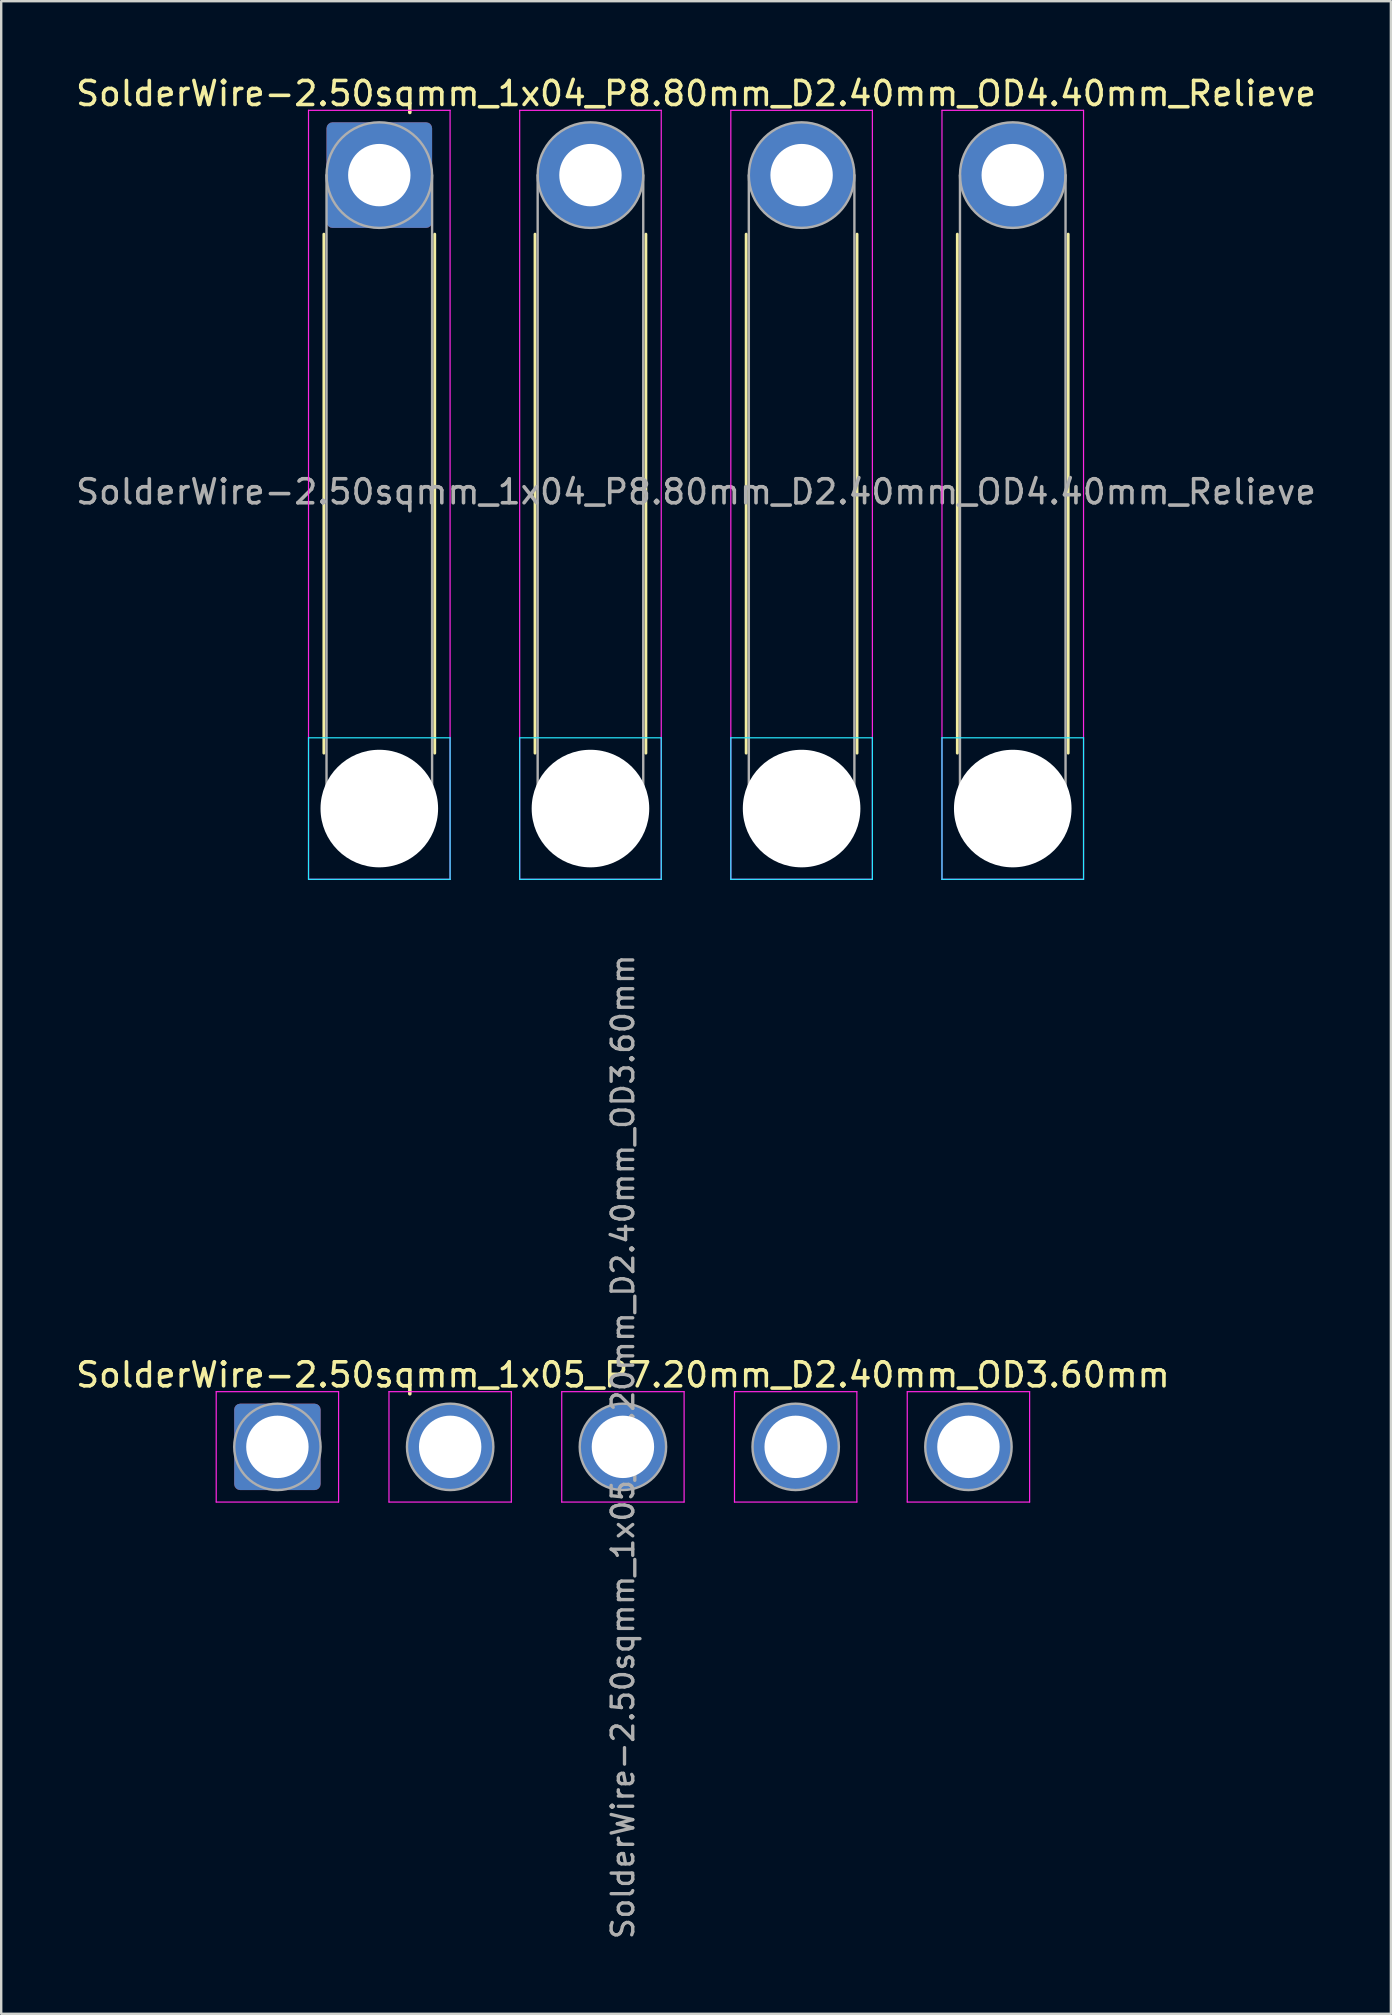
<source format=kicad_pcb>
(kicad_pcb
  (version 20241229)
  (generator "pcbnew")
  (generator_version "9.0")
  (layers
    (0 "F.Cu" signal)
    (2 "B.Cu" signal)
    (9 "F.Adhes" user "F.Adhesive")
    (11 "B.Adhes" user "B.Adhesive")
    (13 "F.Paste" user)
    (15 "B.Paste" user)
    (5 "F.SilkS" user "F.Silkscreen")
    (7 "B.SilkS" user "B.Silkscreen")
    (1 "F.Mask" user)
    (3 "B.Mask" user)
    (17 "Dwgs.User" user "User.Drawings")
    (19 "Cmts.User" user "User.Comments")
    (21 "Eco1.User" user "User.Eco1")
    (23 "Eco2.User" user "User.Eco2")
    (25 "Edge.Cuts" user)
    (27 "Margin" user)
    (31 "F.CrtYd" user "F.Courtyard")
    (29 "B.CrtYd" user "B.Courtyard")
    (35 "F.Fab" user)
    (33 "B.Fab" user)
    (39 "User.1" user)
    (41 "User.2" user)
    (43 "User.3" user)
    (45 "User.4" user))
  (footprint "SolderWire-2.50sqmm_1x04_P8.80mm_D2.40mm_OD4.40mm_Relieve"
    (layer "F.Cu")
    (at 12.758 4.248)
    (property "Reference" "SolderWire-2.50sqmm_1x04_P8.80mm_D2.40mm_OD4.40mm_Relieve" (at 13.2 -3.4 0) (layer "F.SilkS") (effects (font (size 1 1) (thickness 0.15))))
    (attr exclude_from_pos_files exclude_from_bom)
    (fp_line (start -2.31 2.46) (end -2.31 24.09) (stroke (width 0.12) (type solid)) (layer "F.SilkS"))
    (fp_line (start 2.31 2.46) (end 2.31 24.09) (stroke (width 0.12) (type solid)) (layer "F.SilkS"))
    (fp_line (start 6.49 2.46) (end 6.49 24.09) (stroke (width 0.12) (type solid)) (layer "F.SilkS"))
    (fp_line (start 11.11 2.46) (end 11.11 24.09) (stroke (width 0.12) (type solid)) (layer "F.SilkS"))
    (fp_line (start 15.29 2.46) (end 15.29 24.09) (stroke (width 0.12) (type solid)) (layer "F.SilkS"))
    (fp_line (start 19.91 2.46) (end 19.91 24.09) (stroke (width 0.12) (type solid)) (layer "F.SilkS"))
    (fp_line (start 24.09 2.46) (end 24.09 24.09) (stroke (width 0.12) (type solid)) (layer "F.SilkS"))
    (fp_line (start 28.71 2.46) (end 28.71 24.09) (stroke (width 0.12) (type solid)) (layer "F.SilkS"))
    (fp_line (start -2.95 23.45) (end -2.95 29.35) (stroke (width 0.05) (type solid)) (layer "B.CrtYd"))
    (fp_line (start -2.95 29.35) (end 2.95 29.35) (stroke (width 0.05) (type solid)) (layer "B.CrtYd"))
    (fp_line (start 2.95 23.45) (end -2.95 23.45) (stroke (width 0.05) (type solid)) (layer "B.CrtYd"))
    (fp_line (start 2.95 29.35) (end 2.95 23.45) (stroke (width 0.05) (type solid)) (layer "B.CrtYd"))
    (fp_line (start 5.85 23.45) (end 5.85 29.35) (stroke (width 0.05) (type solid)) (layer "B.CrtYd"))
    (fp_line (start 5.85 29.35) (end 11.75 29.35) (stroke (width 0.05) (type solid)) (layer "B.CrtYd"))
    (fp_line (start 11.75 23.45) (end 5.85 23.45) (stroke (width 0.05) (type solid)) (layer "B.CrtYd"))
    (fp_line (start 11.75 29.35) (end 11.75 23.45) (stroke (width 0.05) (type solid)) (layer "B.CrtYd"))
    (fp_line (start 14.65 23.45) (end 14.65 29.35) (stroke (width 0.05) (type solid)) (layer "B.CrtYd"))
    (fp_line (start 14.65 29.35) (end 20.55 29.35) (stroke (width 0.05) (type solid)) (layer "B.CrtYd"))
    (fp_line (start 20.55 23.45) (end 14.65 23.45) (stroke (width 0.05) (type solid)) (layer "B.CrtYd"))
    (fp_line (start 20.55 29.35) (end 20.55 23.45) (stroke (width 0.05) (type solid)) (layer "B.CrtYd"))
    (fp_line (start 23.45 23.45) (end 23.45 29.35) (stroke (width 0.05) (type solid)) (layer "B.CrtYd"))
    (fp_line (start 23.45 29.35) (end 29.35 29.35) (stroke (width 0.05) (type solid)) (layer "B.CrtYd"))
    (fp_line (start 29.35 23.45) (end 23.45 23.45) (stroke (width 0.05) (type solid)) (layer "B.CrtYd"))
    (fp_line (start 29.35 29.35) (end 29.35 23.45) (stroke (width 0.05) (type solid)) (layer "B.CrtYd"))
    (fp_line (start -2.95 -2.7) (end -2.95 29.35) (stroke (width 0.05) (type solid)) (layer "F.CrtYd"))
    (fp_line (start -2.95 29.35) (end 2.95 29.35) (stroke (width 0.05) (type solid)) (layer "F.CrtYd"))
    (fp_line (start 2.95 -2.7) (end -2.95 -2.7) (stroke (width 0.05) (type solid)) (layer "F.CrtYd"))
    (fp_line (start 2.95 29.35) (end 2.95 -2.7) (stroke (width 0.05) (type solid)) (layer "F.CrtYd"))
    (fp_line (start 5.85 -2.7) (end 5.85 29.35) (stroke (width 0.05) (type solid)) (layer "F.CrtYd"))
    (fp_line (start 5.85 29.35) (end 11.75 29.35) (stroke (width 0.05) (type solid)) (layer "F.CrtYd"))
    (fp_line (start 11.75 -2.7) (end 5.85 -2.7) (stroke (width 0.05) (type solid)) (layer "F.CrtYd"))
    (fp_line (start 11.75 29.35) (end 11.75 -2.7) (stroke (width 0.05) (type solid)) (layer "F.CrtYd"))
    (fp_line (start 14.65 -2.7) (end 14.65 29.35) (stroke (width 0.05) (type solid)) (layer "F.CrtYd"))
    (fp_line (start 14.65 29.35) (end 20.55 29.35) (stroke (width 0.05) (type solid)) (layer "F.CrtYd"))
    (fp_line (start 20.55 -2.7) (end 14.65 -2.7) (stroke (width 0.05) (type solid)) (layer "F.CrtYd"))
    (fp_line (start 20.55 29.35) (end 20.55 -2.7) (stroke (width 0.05) (type solid)) (layer "F.CrtYd"))
    (fp_line (start 23.45 -2.7) (end 23.45 29.35) (stroke (width 0.05) (type solid)) (layer "F.CrtYd"))
    (fp_line (start 23.45 29.35) (end 29.35 29.35) (stroke (width 0.05) (type solid)) (layer "F.CrtYd"))
    (fp_line (start 29.35 -2.7) (end 23.45 -2.7) (stroke (width 0.05) (type solid)) (layer "F.CrtYd"))
    (fp_line (start 29.35 29.35) (end 29.35 -2.7) (stroke (width 0.05) (type solid)) (layer "F.CrtYd"))
    (fp_line (start -2.2 0) (end -2.2 26.4) (stroke (width 0.1) (type solid)) (layer "F.Fab"))
    (fp_line (start 2.2 0) (end 2.2 26.4) (stroke (width 0.1) (type solid)) (layer "F.Fab"))
    (fp_line (start 6.6 0) (end 6.6 26.4) (stroke (width 0.1) (type solid)) (layer "F.Fab"))
    (fp_line (start 11 0) (end 11 26.4) (stroke (width 0.1) (type solid)) (layer "F.Fab"))
    (fp_line (start 15.4 0) (end 15.4 26.4) (stroke (width 0.1) (type solid)) (layer "F.Fab"))
    (fp_line (start 19.8 0) (end 19.8 26.4) (stroke (width 0.1) (type solid)) (layer "F.Fab"))
    (fp_line (start 24.2 0) (end 24.2 26.4) (stroke (width 0.1) (type solid)) (layer "F.Fab"))
    (fp_line (start 28.6 0) (end 28.6 26.4) (stroke (width 0.1) (type solid)) (layer "F.Fab"))
    (fp_circle (center 0 0) (end 2.2 0) (stroke (width 0.1) (type solid)) (fill no) (layer "F.Fab"))
    (fp_circle (center 0 26.4) (end 2.2 26.4) (stroke (width 0.1) (type solid)) (fill no) (layer "F.Fab"))
    (fp_circle (center 8.8 0) (end 11 0) (stroke (width 0.1) (type solid)) (fill no) (layer "F.Fab"))
    (fp_circle (center 8.8 26.4) (end 11 26.4) (stroke (width 0.1) (type solid)) (fill no) (layer "F.Fab"))
    (fp_circle (center 17.6 0) (end 19.8 0) (stroke (width 0.1) (type solid)) (fill no) (layer "F.Fab"))
    (fp_circle (center 17.6 26.4) (end 19.8 26.4) (stroke (width 0.1) (type solid)) (fill no) (layer "F.Fab"))
    (fp_circle (center 26.4 0) (end 28.6 0) (stroke (width 0.1) (type solid)) (fill no) (layer "F.Fab"))
    (fp_circle (center 26.4 26.4) (end 28.6 26.4) (stroke (width 0.1) (type solid)) (fill no) (layer "F.Fab"))
    (fp_text user "${REFERENCE}" (at 13.2 13.2 0) (layer "F.Fab") (effects (font (size 1 1) (thickness 0.15))))
    (pad "" np_thru_hole circle (at 0 26.4) (size 4.9 4.9) (drill 4.9) (layers "*.Cu" "*.Mask"))
    (pad "" np_thru_hole circle (at 8.8 26.4) (size 4.9 4.9) (drill 4.9) (layers "*.Cu" "*.Mask"))
    (pad "" np_thru_hole circle (at 17.6 26.4) (size 4.9 4.9) (drill 4.9) (layers "*.Cu" "*.Mask"))
    (pad "" np_thru_hole circle (at 26.4 26.4) (size 4.9 4.9) (drill 4.9) (layers "*.Cu" "*.Mask"))
    (pad "1" thru_hole roundrect (at 0 0) (size 4.4 4.4) (drill 2.6) (layers "*.Cu" "*.Mask") (roundrect_rratio 0.057))
    (pad "2" thru_hole circle (at 8.8 0) (size 4.4 4.4) (drill 2.6) (layers "*.Cu" "*.Mask"))
    (pad "3" thru_hole circle (at 17.6 0) (size 4.4 4.4) (drill 2.6) (layers "*.Cu" "*.Mask"))
    (pad "4" thru_hole circle (at 26.4 0) (size 4.4 4.4) (drill 2.6) (layers "*.Cu" "*.Mask")))
  (footprint "SolderWire-2.50sqmm_1x05_P7.20mm_D2.40mm_OD3.60mm"
    (layer "F.Cu")
    (at 8.511 57.25)
    (property "Reference" "SolderWire-2.50sqmm_1x05_P7.20mm_D2.40mm_OD3.60mm" (at 14.4 -3 0) (layer "F.SilkS") (effects (font (size 1 1) (thickness 0.15))))
    (attr exclude_from_pos_files exclude_from_bom)
    (fp_line (start -2.55 -2.3) (end -2.55 2.3) (stroke (width 0.05) (type solid)) (layer "F.CrtYd"))
    (fp_line (start -2.55 2.3) (end 2.55 2.3) (stroke (width 0.05) (type solid)) (layer "F.CrtYd"))
    (fp_line (start 2.55 -2.3) (end -2.55 -2.3) (stroke (width 0.05) (type solid)) (layer "F.CrtYd"))
    (fp_line (start 2.55 2.3) (end 2.55 -2.3) (stroke (width 0.05) (type solid)) (layer "F.CrtYd"))
    (fp_line (start 4.65 -2.3) (end 4.65 2.3) (stroke (width 0.05) (type solid)) (layer "F.CrtYd"))
    (fp_line (start 4.65 2.3) (end 9.75 2.3) (stroke (width 0.05) (type solid)) (layer "F.CrtYd"))
    (fp_line (start 9.75 -2.3) (end 4.65 -2.3) (stroke (width 0.05) (type solid)) (layer "F.CrtYd"))
    (fp_line (start 9.75 2.3) (end 9.75 -2.3) (stroke (width 0.05) (type solid)) (layer "F.CrtYd"))
    (fp_line (start 11.85 -2.3) (end 11.85 2.3) (stroke (width 0.05) (type solid)) (layer "F.CrtYd"))
    (fp_line (start 11.85 2.3) (end 16.95 2.3) (stroke (width 0.05) (type solid)) (layer "F.CrtYd"))
    (fp_line (start 16.95 -2.3) (end 11.85 -2.3) (stroke (width 0.05) (type solid)) (layer "F.CrtYd"))
    (fp_line (start 16.95 2.3) (end 16.95 -2.3) (stroke (width 0.05) (type solid)) (layer "F.CrtYd"))
    (fp_line (start 19.05 -2.3) (end 19.05 2.3) (stroke (width 0.05) (type solid)) (layer "F.CrtYd"))
    (fp_line (start 19.05 2.3) (end 24.15 2.3) (stroke (width 0.05) (type solid)) (layer "F.CrtYd"))
    (fp_line (start 24.15 -2.3) (end 19.05 -2.3) (stroke (width 0.05) (type solid)) (layer "F.CrtYd"))
    (fp_line (start 24.15 2.3) (end 24.15 -2.3) (stroke (width 0.05) (type solid)) (layer "F.CrtYd"))
    (fp_line (start 26.25 -2.3) (end 26.25 2.3) (stroke (width 0.05) (type solid)) (layer "F.CrtYd"))
    (fp_line (start 26.25 2.3) (end 31.35 2.3) (stroke (width 0.05) (type solid)) (layer "F.CrtYd"))
    (fp_line (start 31.35 -2.3) (end 26.25 -2.3) (stroke (width 0.05) (type solid)) (layer "F.CrtYd"))
    (fp_line (start 31.35 2.3) (end 31.35 -2.3) (stroke (width 0.05) (type solid)) (layer "F.CrtYd"))
    (fp_circle (center 0 0) (end 1.8 0) (stroke (width 0.1) (type solid)) (fill no) (layer "F.Fab"))
    (fp_circle (center 7.2 0) (end 9 0) (stroke (width 0.1) (type solid)) (fill no) (layer "F.Fab"))
    (fp_circle (center 14.4 0) (end 16.2 0) (stroke (width 0.1) (type solid)) (fill no) (layer "F.Fab"))
    (fp_circle (center 21.6 0) (end 23.4 0) (stroke (width 0.1) (type solid)) (fill no) (layer "F.Fab"))
    (fp_circle (center 28.8 0) (end 30.6 0) (stroke (width 0.1) (type solid)) (fill no) (layer "F.Fab"))
    (fp_text user "${REFERENCE}" (at 14.4 0 90) (layer "F.Fab") (effects (font (size 0.9 0.9) (thickness 0.14))))
    (pad "1" thru_hole roundrect (at 0 0) (size 3.6 3.6) (drill 2.6) (layers "*.Cu" "*.Mask") (roundrect_rratio 0.069))
    (pad "2" thru_hole circle (at 7.2 0) (size 3.6 3.6) (drill 2.6) (layers "*.Cu" "*.Mask"))
    (pad "3" thru_hole circle (at 14.4 0) (size 3.6 3.6) (drill 2.6) (layers "*.Cu" "*.Mask"))
    (pad "4" thru_hole circle (at 21.6 0) (size 3.6 3.6) (drill 2.6) (layers "*.Cu" "*.Mask"))
    (pad "5" thru_hole circle (at 28.8 0) (size 3.6 3.6) (drill 2.6) (layers "*.Cu" "*.Mask")))
  (gr_rect
    (start -3 -3)
    (end 54.917 80.878)
    (stroke (width 0.1) (type default))
    (fill no)
    (layer "Edge.Cuts")))
</source>
